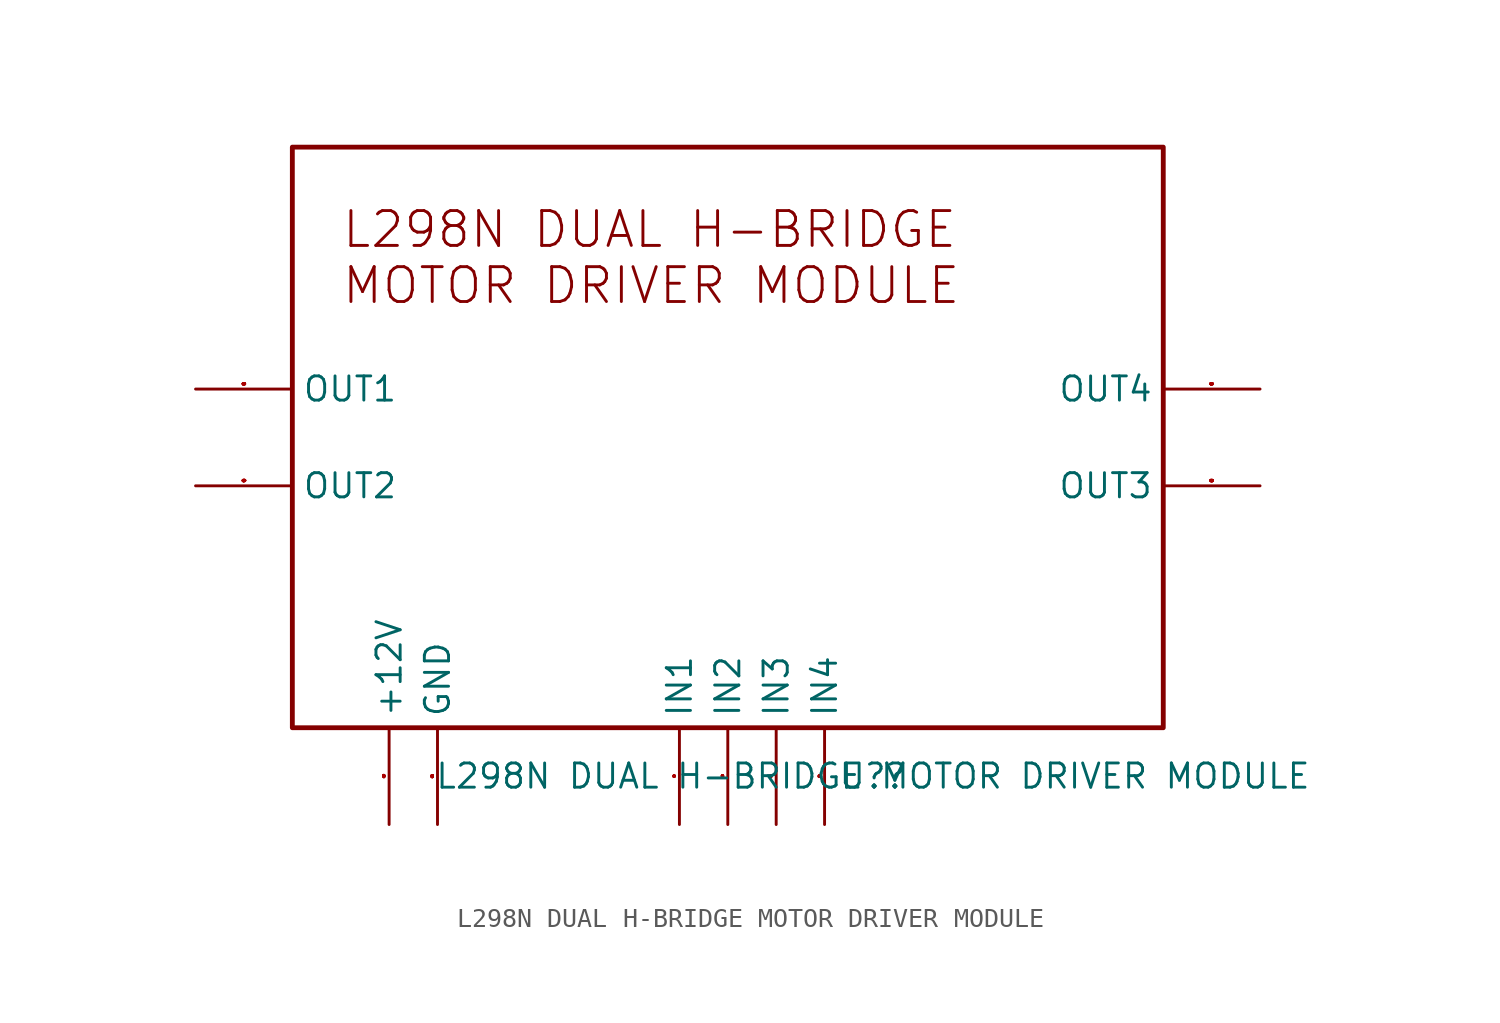
<source format=kicad_sym>
(kicad_symbol_lib
  (version 20231120)
  (generator "kicad_symbol_editor")
  (generator_version "8.0")
  (symbol "L298N DUAL H-BRIDGE MOTOR DRIVER MODULE"
    (property "Reference" "U?"
      (at 0 0 0)
      (effects (font (size 1.27 1.27))))
    (property "Value" "L298N DUAL H-BRIDGE MOTOR DRIVER MODULE"
      (at 0 0 0)
      (effects (font (size 1.27 1.27))))
    (symbol "L298N DUAL H-BRIDGE MOTOR DRIVER MODULE_0_0"
      (rectangle (start -30.48 33.02) (end 15.24 2.54) (stroke (width 0.254) (type solid)) (fill (type none)))
      (text "L298N DUAL H-BRIDGE \nMOTOR DRIVER MODULE" (at -27.94 29.769 0) (effects (font (face "KiCad Font") (size 1.829 1.829)) (justify left top)))
      (pin unspecified line (at -25.4 -2.54 90) (length 5.08) (name "+12V" (effects (font (size 1.27 1.27)))) (number "+12V" (effects (font (size 0.025 0.025)))))
      (pin unspecified line (at -22.86 -2.54 90) (length 5.08) (name "GND" (effects (font (size 1.27 1.27)))) (number "GND" (effects (font (size 0.025 0.025)))))
      (pin unspecified line (at -10.16 -2.54 90) (length 5.08) (name "IN1" (effects (font (size 1.27 1.27)))) (number "IN1" (effects (font (size 0.025 0.025)))))
      (pin unspecified line (at -7.62 -2.54 90) (length 5.08) (name "IN2" (effects (font (size 1.27 1.27)))) (number "IN2" (effects (font (size 0.025 0.025)))))
      (pin unspecified line (at -5.08 -2.54 90) (length 5.08) (name "IN3" (effects (font (size 1.27 1.27)))) (number "IN3" (effects (font (size 0.025 0.025)))))
      (pin unspecified line (at -2.54 -2.54 90) (length 5.08) (name "IN4" (effects (font (size 1.27 1.27)))) (number "IN4" (effects (font (size 0.025 0.025)))))
      (pin unspecified line (at -35.56 20.32 0) (length 5.08) (name "OUT1" (effects (font (size 1.27 1.27)))) (number "OUT1" (effects (font (size 0.025 0.025)))))
      (pin unspecified line (at -35.56 15.24 0) (length 5.08) (name "OUT2" (effects (font (size 1.27 1.27)))) (number "OUT2" (effects (font (size 0.025 0.025)))))
      (pin unspecified line (at 20.32 15.24 180) (length 5.08) (name "OUT3" (effects (font (size 1.27 1.27)))) (number "OUT3" (effects (font (size 0.025 0.025)))))
      (pin unspecified line (at 20.32 20.32 180) (length 5.08) (name "OUT4" (effects (font (size 1.27 1.27)))) (number "OUT4" (effects (font (size 0.025 0.025))))))))
</source>
